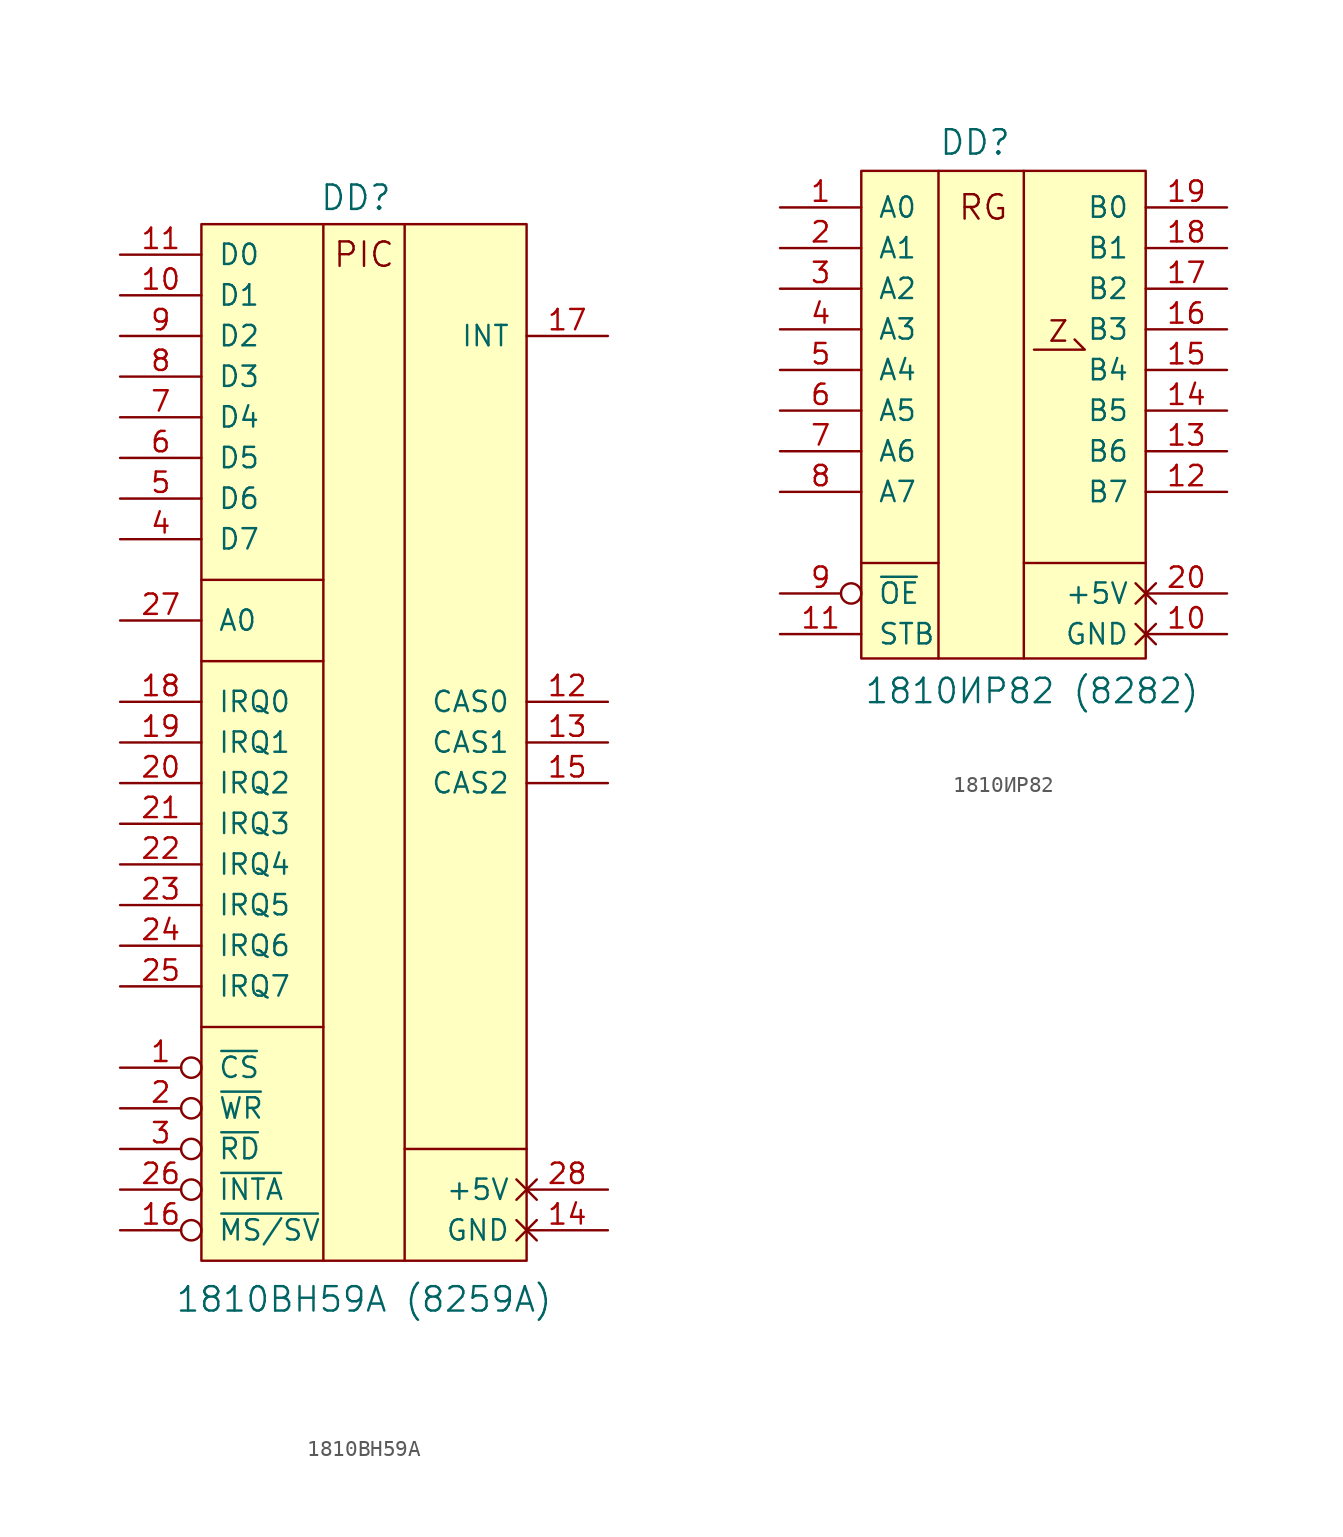
<source format=kicad_sym>
(kicad_symbol_lib
  (version 20231120)
  (generator "kicad_symbol_editor")
  (generator_version "8.0")
  (symbol "1810ВН59А"
    (pin_names
      (offset 1.016))
    (property "Reference" "DD"
      (at -0.508 35.306 0)
      (effects (font (size 1.524 1.524))))
    (property "Value" "1810ВН59А (8259A)"
      (at 0 -33.528 0)
      (effects (font (size 1.524 1.524))))
    (symbol "1810ВН59А_0_0"
      (polyline (pts (xy -10.16 -16.51) (xy -2.54 -16.51)) (stroke (width 0) (type solid)) (fill (type none)))
      (polyline (pts (xy -10.16 6.35) (xy -2.54 6.35)) (stroke (width 0) (type solid)) (fill (type none)))
      (polyline (pts (xy -10.16 11.43) (xy -2.54 11.43)) (stroke (width 0) (type solid)) (fill (type none)))
      (polyline (pts (xy -2.54 -31.115) (xy -2.54 33.655)) (stroke (width 0) (type solid)) (fill (type none)))
      (polyline (pts (xy 2.54 -24.13) (xy 10.16 -24.13)) (stroke (width 0) (type solid)) (fill (type none)))
      (polyline (pts (xy 2.54 33.655) (xy 2.54 -31.115)) (stroke (width 0) (type solid)) (fill (type none)))
      (text "PIC" (at 0 31.75 0) (effects (font (size 1.524 1.524)))))
    (symbol "1810ВН59А_0_1"
      (pin input inverted (at -15.24 -19.05 0) (length 5.08) (name "~{CS}" (effects (font (size 1.27 1.27)))) (number "1" (effects (font (size 1.27 1.27)))))
      (pin bidirectional line (at -15.24 29.21 0) (length 5.08) (name "D1" (effects (font (size 1.27 1.27)))) (number "10" (effects (font (size 1.27 1.27)))))
      (pin bidirectional line (at -15.24 31.75 0) (length 5.08) (name "D0" (effects (font (size 1.27 1.27)))) (number "11" (effects (font (size 1.27 1.27)))))
      (pin bidirectional line (at 15.24 3.81 180) (length 5.08) (name "CAS0" (effects (font (size 1.27 1.27)))) (number "12" (effects (font (size 1.27 1.27)))))
      (pin bidirectional line (at 15.24 1.27 180) (length 5.08) (name "CAS1" (effects (font (size 1.27 1.27)))) (number "13" (effects (font (size 1.27 1.27)))))
      (pin bidirectional line (at 15.24 -1.27 180) (length 5.08) (name "CAS2" (effects (font (size 1.27 1.27)))) (number "15" (effects (font (size 1.27 1.27)))))
      (pin output line (at 15.24 26.67 180) (length 5.08) (name "INT" (effects (font (size 1.27 1.27)))) (number "17" (effects (font (size 1.27 1.27)))))
      (pin input line (at -15.24 3.81 0) (length 5.08) (name "IRQ0" (effects (font (size 1.27 1.27)))) (number "18" (effects (font (size 1.27 1.27)))))
      (pin input line (at -15.24 1.27 0) (length 5.08) (name "IRQ1" (effects (font (size 1.27 1.27)))) (number "19" (effects (font (size 1.27 1.27)))))
      (pin input inverted (at -15.24 -21.59 0) (length 5.08) (name "~{WR}" (effects (font (size 1.27 1.27)))) (number "2" (effects (font (size 1.27 1.27)))))
      (pin input line (at -15.24 -1.27 0) (length 5.08) (name "IRQ2" (effects (font (size 1.27 1.27)))) (number "20" (effects (font (size 1.27 1.27)))))
      (pin input line (at -15.24 -3.81 0) (length 5.08) (name "IRQ3" (effects (font (size 1.27 1.27)))) (number "21" (effects (font (size 1.27 1.27)))))
      (pin input line (at -15.24 -6.35 0) (length 5.08) (name "IRQ4" (effects (font (size 1.27 1.27)))) (number "22" (effects (font (size 1.27 1.27)))))
      (pin input line (at -15.24 -8.89 0) (length 5.08) (name "IRQ5" (effects (font (size 1.27 1.27)))) (number "23" (effects (font (size 1.27 1.27)))))
      (pin input line (at -15.24 -11.43 0) (length 5.08) (name "IRQ6" (effects (font (size 1.27 1.27)))) (number "24" (effects (font (size 1.27 1.27)))))
      (pin input line (at -15.24 -13.97 0) (length 5.08) (name "IRQ7" (effects (font (size 1.27 1.27)))) (number "25" (effects (font (size 1.27 1.27)))))
      (pin input inverted (at -15.24 -26.67 0) (length 5.08) (name "~{INTA}" (effects (font (size 1.27 1.27)))) (number "26" (effects (font (size 1.27 1.27)))))
      (pin input line (at -15.24 8.89 0) (length 5.08) (name "A0" (effects (font (size 1.27 1.27)))) (number "27" (effects (font (size 1.27 1.27)))))
      (pin input inverted (at -15.24 -24.13 0) (length 5.08) (name "~{RD}" (effects (font (size 1.27 1.27)))) (number "3" (effects (font (size 1.27 1.27)))))
      (pin bidirectional line (at -15.24 13.97 0) (length 5.08) (name "D7" (effects (font (size 1.27 1.27)))) (number "4" (effects (font (size 1.27 1.27)))))
      (pin bidirectional line (at -15.24 16.51 0) (length 5.08) (name "D6" (effects (font (size 1.27 1.27)))) (number "5" (effects (font (size 1.27 1.27)))))
      (pin bidirectional line (at -15.24 19.05 0) (length 5.08) (name "D5" (effects (font (size 1.27 1.27)))) (number "6" (effects (font (size 1.27 1.27)))))
      (pin bidirectional line (at -15.24 21.59 0) (length 5.08) (name "D4" (effects (font (size 1.27 1.27)))) (number "7" (effects (font (size 1.27 1.27)))))
      (pin bidirectional line (at -15.24 24.13 0) (length 5.08) (name "D3" (effects (font (size 1.27 1.27)))) (number "8" (effects (font (size 1.27 1.27)))))
      (pin bidirectional line (at -15.24 26.67 0) (length 5.08) (name "D2" (effects (font (size 1.27 1.27)))) (number "9" (effects (font (size 1.27 1.27))))))
    (symbol "1810ВН59А_1_0"
      (rectangle (start -10.16 33.655) (end 10.16 -31.115) (stroke (width 0) (type solid)) (fill (type background))))
    (symbol "1810ВН59А_1_1"
      (pin power_in non_logic (at 15.24 -29.21 180) (length 5.08) (name "GND" (effects (font (size 1.27 1.27)))) (number "14" (effects (font (size 1.27 1.27)))))
      (pin bidirectional inverted (at -15.24 -29.21 0) (length 5.08) (name "~{MS/SV}" (effects (font (size 1.27 1.27)))) (number "16" (effects (font (size 1.27 1.27)))))
      (pin power_in non_logic (at 15.24 -26.67 180) (length 5.08) (name "+5V" (effects (font (size 1.27 1.27)))) (number "28" (effects (font (size 1.27 1.27)))))))
  (symbol "1810ИР82"
    (pin_names
      (offset 1.016))
    (property "Reference" "DD"
      (at -1.778 16.764 0)
      (effects (font (size 1.524 1.524))))
    (property "Value" "1810ИР82 (8282)"
      (at 1.778 -17.526 0)
      (effects (font (size 1.524 1.524))))
    (symbol "1810ИР82_0_0"
      (polyline (pts (xy -8.89 -9.525) (xy -4.064 -9.525)) (stroke (width 0) (type solid)) (fill (type none)))
      (polyline (pts (xy -4.064 14.986) (xy -4.064 -15.494)) (stroke (width 0) (type solid)) (fill (type none)))
      (polyline (pts (xy 1.27 -9.525) (xy 8.89 -9.525)) (stroke (width 0) (type solid)) (fill (type none)))
      (polyline (pts (xy 1.27 14.986) (xy 1.27 -15.494)) (stroke (width 0) (type solid)) (fill (type none)))
      (polyline (pts (xy 4.445 4.445) (xy 5.08 3.81) (xy 1.905 3.81)) (stroke (width 0) (type default)) (fill (type none)))
      (text "RG" (at -1.27 12.7 0) (effects (font (size 1.524 1.524)))))
    (symbol "1810ИР82_0_1"
      (pin input line (at -13.97 12.7 0) (length 5.08) (name "A0" (effects (font (size 1.27 1.27)))) (number "1" (effects (font (size 1.27 1.27)))))
      (pin input line (at -13.97 -13.97 0) (length 5.08) (name "STB" (effects (font (size 1.27 1.27)))) (number "11" (effects (font (size 1.27 1.27)))))
      (pin input line (at -13.97 10.16 0) (length 5.08) (name "A1" (effects (font (size 1.27 1.27)))) (number "2" (effects (font (size 1.27 1.27)))))
      (pin input line (at -13.97 7.62 0) (length 5.08) (name "A2" (effects (font (size 1.27 1.27)))) (number "3" (effects (font (size 1.27 1.27)))))
      (pin input line (at -13.97 5.08 0) (length 5.08) (name "A3" (effects (font (size 1.27 1.27)))) (number "4" (effects (font (size 1.27 1.27)))))
      (pin input line (at -13.97 2.54 0) (length 5.08) (name "A4" (effects (font (size 1.27 1.27)))) (number "5" (effects (font (size 1.27 1.27)))))
      (pin input line (at -13.97 0 0) (length 5.08) (name "A5" (effects (font (size 1.27 1.27)))) (number "6" (effects (font (size 1.27 1.27)))))
      (pin input line (at -13.97 -2.54 0) (length 5.08) (name "A6" (effects (font (size 1.27 1.27)))) (number "7" (effects (font (size 1.27 1.27)))))
      (pin input line (at -13.97 -5.08 0) (length 5.08) (name "A7" (effects (font (size 1.27 1.27)))) (number "8" (effects (font (size 1.27 1.27)))))
      (pin input inverted (at -13.97 -11.43 0) (length 5.08) (name "~{OE}" (effects (font (size 1.27 1.27)))) (number "9" (effects (font (size 1.27 1.27))))))
    (symbol "1810ИР82_1_0"
      (rectangle (start -8.89 14.986) (end 8.89 -15.494) (stroke (width 0) (type solid)) (fill (type background)))
      (text "Z" (at 3.429 4.953 0) (effects (font (size 1.27 1.27)))))
    (symbol "1810ИР82_1_1"
      (pin power_in non_logic (at 13.97 -13.97 180) (length 5.08) (name "GND" (effects (font (size 1.27 1.27)))) (number "10" (effects (font (size 1.27 1.27)))))
      (pin tri_state line (at 13.97 -5.08 180) (length 5.08) (name "B7" (effects (font (size 1.27 1.27)))) (number "12" (effects (font (size 1.27 1.27)))))
      (pin tri_state line (at 13.97 -2.54 180) (length 5.08) (name "B6" (effects (font (size 1.27 1.27)))) (number "13" (effects (font (size 1.27 1.27)))))
      (pin tri_state line (at 13.97 0 180) (length 5.08) (name "B5" (effects (font (size 1.27 1.27)))) (number "14" (effects (font (size 1.27 1.27)))))
      (pin tri_state line (at 13.97 2.54 180) (length 5.08) (name "B4" (effects (font (size 1.27 1.27)))) (number "15" (effects (font (size 1.27 1.27)))))
      (pin tri_state line (at 13.97 5.08 180) (length 5.08) (name "B3" (effects (font (size 1.27 1.27)))) (number "16" (effects (font (size 1.27 1.27)))))
      (pin tri_state line (at 13.97 7.62 180) (length 5.08) (name "B2" (effects (font (size 1.27 1.27)))) (number "17" (effects (font (size 1.27 1.27)))))
      (pin tri_state line (at 13.97 10.16 180) (length 5.08) (name "B1" (effects (font (size 1.27 1.27)))) (number "18" (effects (font (size 1.27 1.27)))))
      (pin tri_state line (at 13.97 12.7 180) (length 5.08) (name "B0" (effects (font (size 1.27 1.27)))) (number "19" (effects (font (size 1.27 1.27)))))
      (pin power_in non_logic (at 13.97 -11.43 180) (length 5.08) (name "+5V" (effects (font (size 1.27 1.27)))) (number "20" (effects (font (size 1.27 1.27))))))))
</source>
